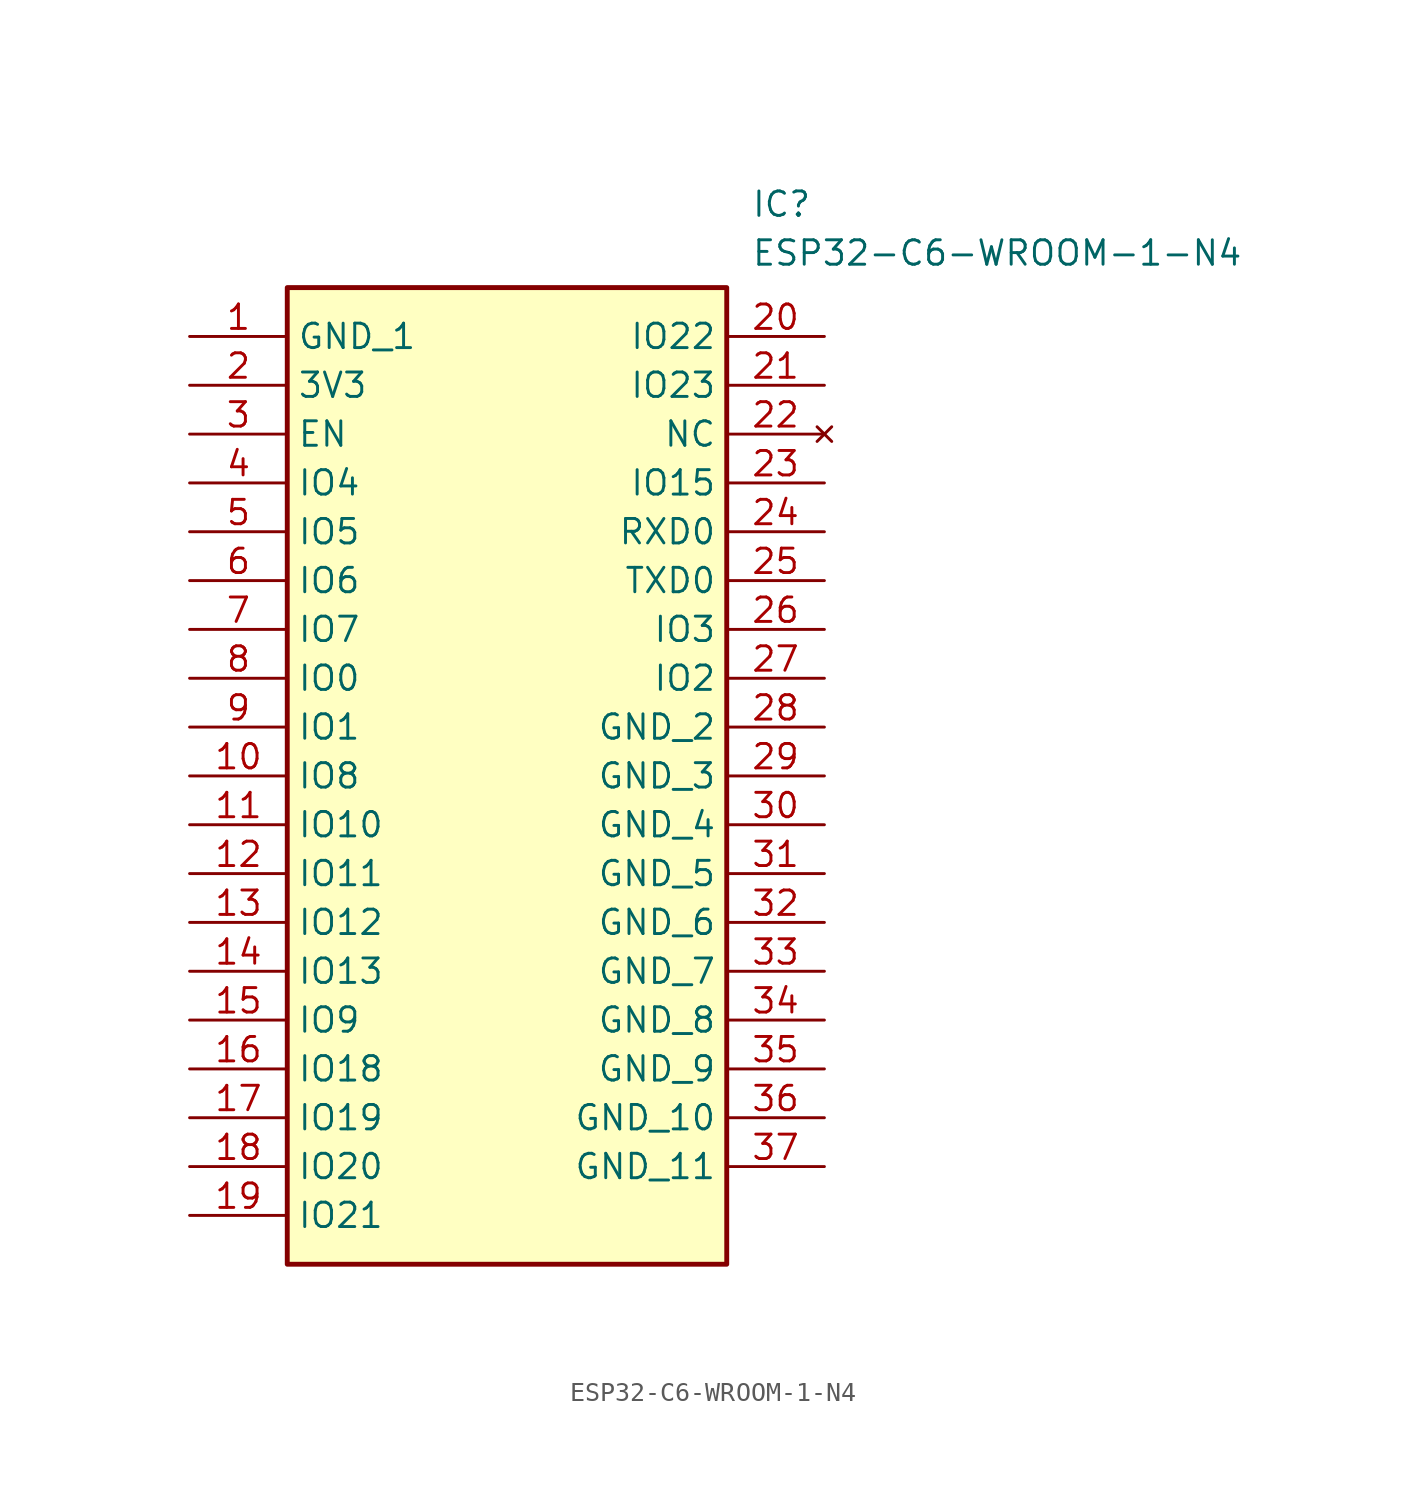
<source format=kicad_sym>
(kicad_symbol_lib
  (version 20231120)
  (generator "kicad_symbol_editor")
  (generator_version "8.0")
  (symbol "ESP32-C6-WROOM-1-N4"
    (property "Reference" "IC"
      (at 29.21 7.62 0)
      (effects (font (size 1.27 1.27)) (justify left top)))
    (property "Value" "ESP32-C6-WROOM-1-N4"
      (at 29.21 5.08 0)
      (effects (font (size 1.27 1.27)) (justify left top)))
    (symbol "ESP32-C6-WROOM-1-N4_1_1"
      (rectangle (start 5.08 2.54) (end 27.94 -48.26) (stroke (width 0.254) (type default)) (fill (type background)))
      (pin passive line (at 0 0 0) (length 5.08) (name "GND_1" (effects (font (size 1.27 1.27)))) (number "1" (effects (font (size 1.27 1.27)))))
      (pin passive line (at 0 -22.86 0) (length 5.08) (name "IO8" (effects (font (size 1.27 1.27)))) (number "10" (effects (font (size 1.27 1.27)))))
      (pin passive line (at 0 -25.4 0) (length 5.08) (name "IO10" (effects (font (size 1.27 1.27)))) (number "11" (effects (font (size 1.27 1.27)))))
      (pin passive line (at 0 -27.94 0) (length 5.08) (name "IO11" (effects (font (size 1.27 1.27)))) (number "12" (effects (font (size 1.27 1.27)))))
      (pin passive line (at 0 -30.48 0) (length 5.08) (name "IO12" (effects (font (size 1.27 1.27)))) (number "13" (effects (font (size 1.27 1.27)))))
      (pin passive line (at 0 -33.02 0) (length 5.08) (name "IO13" (effects (font (size 1.27 1.27)))) (number "14" (effects (font (size 1.27 1.27)))))
      (pin passive line (at 0 -35.56 0) (length 5.08) (name "IO9" (effects (font (size 1.27 1.27)))) (number "15" (effects (font (size 1.27 1.27)))))
      (pin passive line (at 0 -38.1 0) (length 5.08) (name "IO18" (effects (font (size 1.27 1.27)))) (number "16" (effects (font (size 1.27 1.27)))))
      (pin passive line (at 0 -40.64 0) (length 5.08) (name "IO19" (effects (font (size 1.27 1.27)))) (number "17" (effects (font (size 1.27 1.27)))))
      (pin passive line (at 0 -43.18 0) (length 5.08) (name "IO20" (effects (font (size 1.27 1.27)))) (number "18" (effects (font (size 1.27 1.27)))))
      (pin passive line (at 0 -45.72 0) (length 5.08) (name "IO21" (effects (font (size 1.27 1.27)))) (number "19" (effects (font (size 1.27 1.27)))))
      (pin passive line (at 0 -2.54 0) (length 5.08) (name "3V3" (effects (font (size 1.27 1.27)))) (number "2" (effects (font (size 1.27 1.27)))))
      (pin passive line (at 33.02 0 180) (length 5.08) (name "IO22" (effects (font (size 1.27 1.27)))) (number "20" (effects (font (size 1.27 1.27)))))
      (pin passive line (at 33.02 -2.54 180) (length 5.08) (name "IO23" (effects (font (size 1.27 1.27)))) (number "21" (effects (font (size 1.27 1.27)))))
      (pin no_connect line (at 33.02 -5.08 180) (length 5.08) (name "NC" (effects (font (size 1.27 1.27)))) (number "22" (effects (font (size 1.27 1.27)))))
      (pin passive line (at 33.02 -7.62 180) (length 5.08) (name "IO15" (effects (font (size 1.27 1.27)))) (number "23" (effects (font (size 1.27 1.27)))))
      (pin passive line (at 33.02 -10.16 180) (length 5.08) (name "RXD0" (effects (font (size 1.27 1.27)))) (number "24" (effects (font (size 1.27 1.27)))))
      (pin passive line (at 33.02 -12.7 180) (length 5.08) (name "TXD0" (effects (font (size 1.27 1.27)))) (number "25" (effects (font (size 1.27 1.27)))))
      (pin passive line (at 33.02 -15.24 180) (length 5.08) (name "IO3" (effects (font (size 1.27 1.27)))) (number "26" (effects (font (size 1.27 1.27)))))
      (pin passive line (at 33.02 -17.78 180) (length 5.08) (name "IO2" (effects (font (size 1.27 1.27)))) (number "27" (effects (font (size 1.27 1.27)))))
      (pin passive line (at 33.02 -20.32 180) (length 5.08) (name "GND_2" (effects (font (size 1.27 1.27)))) (number "28" (effects (font (size 1.27 1.27)))))
      (pin passive line (at 33.02 -22.86 180) (length 5.08) (name "GND_3" (effects (font (size 1.27 1.27)))) (number "29" (effects (font (size 1.27 1.27)))))
      (pin passive line (at 0 -5.08 0) (length 5.08) (name "EN" (effects (font (size 1.27 1.27)))) (number "3" (effects (font (size 1.27 1.27)))))
      (pin passive line (at 33.02 -25.4 180) (length 5.08) (name "GND_4" (effects (font (size 1.27 1.27)))) (number "30" (effects (font (size 1.27 1.27)))))
      (pin passive line (at 33.02 -27.94 180) (length 5.08) (name "GND_5" (effects (font (size 1.27 1.27)))) (number "31" (effects (font (size 1.27 1.27)))))
      (pin passive line (at 33.02 -30.48 180) (length 5.08) (name "GND_6" (effects (font (size 1.27 1.27)))) (number "32" (effects (font (size 1.27 1.27)))))
      (pin passive line (at 33.02 -33.02 180) (length 5.08) (name "GND_7" (effects (font (size 1.27 1.27)))) (number "33" (effects (font (size 1.27 1.27)))))
      (pin passive line (at 33.02 -35.56 180) (length 5.08) (name "GND_8" (effects (font (size 1.27 1.27)))) (number "34" (effects (font (size 1.27 1.27)))))
      (pin passive line (at 33.02 -38.1 180) (length 5.08) (name "GND_9" (effects (font (size 1.27 1.27)))) (number "35" (effects (font (size 1.27 1.27)))))
      (pin passive line (at 33.02 -40.64 180) (length 5.08) (name "GND_10" (effects (font (size 1.27 1.27)))) (number "36" (effects (font (size 1.27 1.27)))))
      (pin passive line (at 33.02 -43.18 180) (length 5.08) (name "GND_11" (effects (font (size 1.27 1.27)))) (number "37" (effects (font (size 1.27 1.27)))))
      (pin passive line (at 0 -7.62 0) (length 5.08) (name "IO4" (effects (font (size 1.27 1.27)))) (number "4" (effects (font (size 1.27 1.27)))))
      (pin passive line (at 0 -10.16 0) (length 5.08) (name "IO5" (effects (font (size 1.27 1.27)))) (number "5" (effects (font (size 1.27 1.27)))))
      (pin passive line (at 0 -12.7 0) (length 5.08) (name "IO6" (effects (font (size 1.27 1.27)))) (number "6" (effects (font (size 1.27 1.27)))))
      (pin passive line (at 0 -15.24 0) (length 5.08) (name "IO7" (effects (font (size 1.27 1.27)))) (number "7" (effects (font (size 1.27 1.27)))))
      (pin passive line (at 0 -17.78 0) (length 5.08) (name "IO0" (effects (font (size 1.27 1.27)))) (number "8" (effects (font (size 1.27 1.27)))))
      (pin passive line (at 0 -20.32 0) (length 5.08) (name "IO1" (effects (font (size 1.27 1.27)))) (number "9" (effects (font (size 1.27 1.27))))))))
</source>
